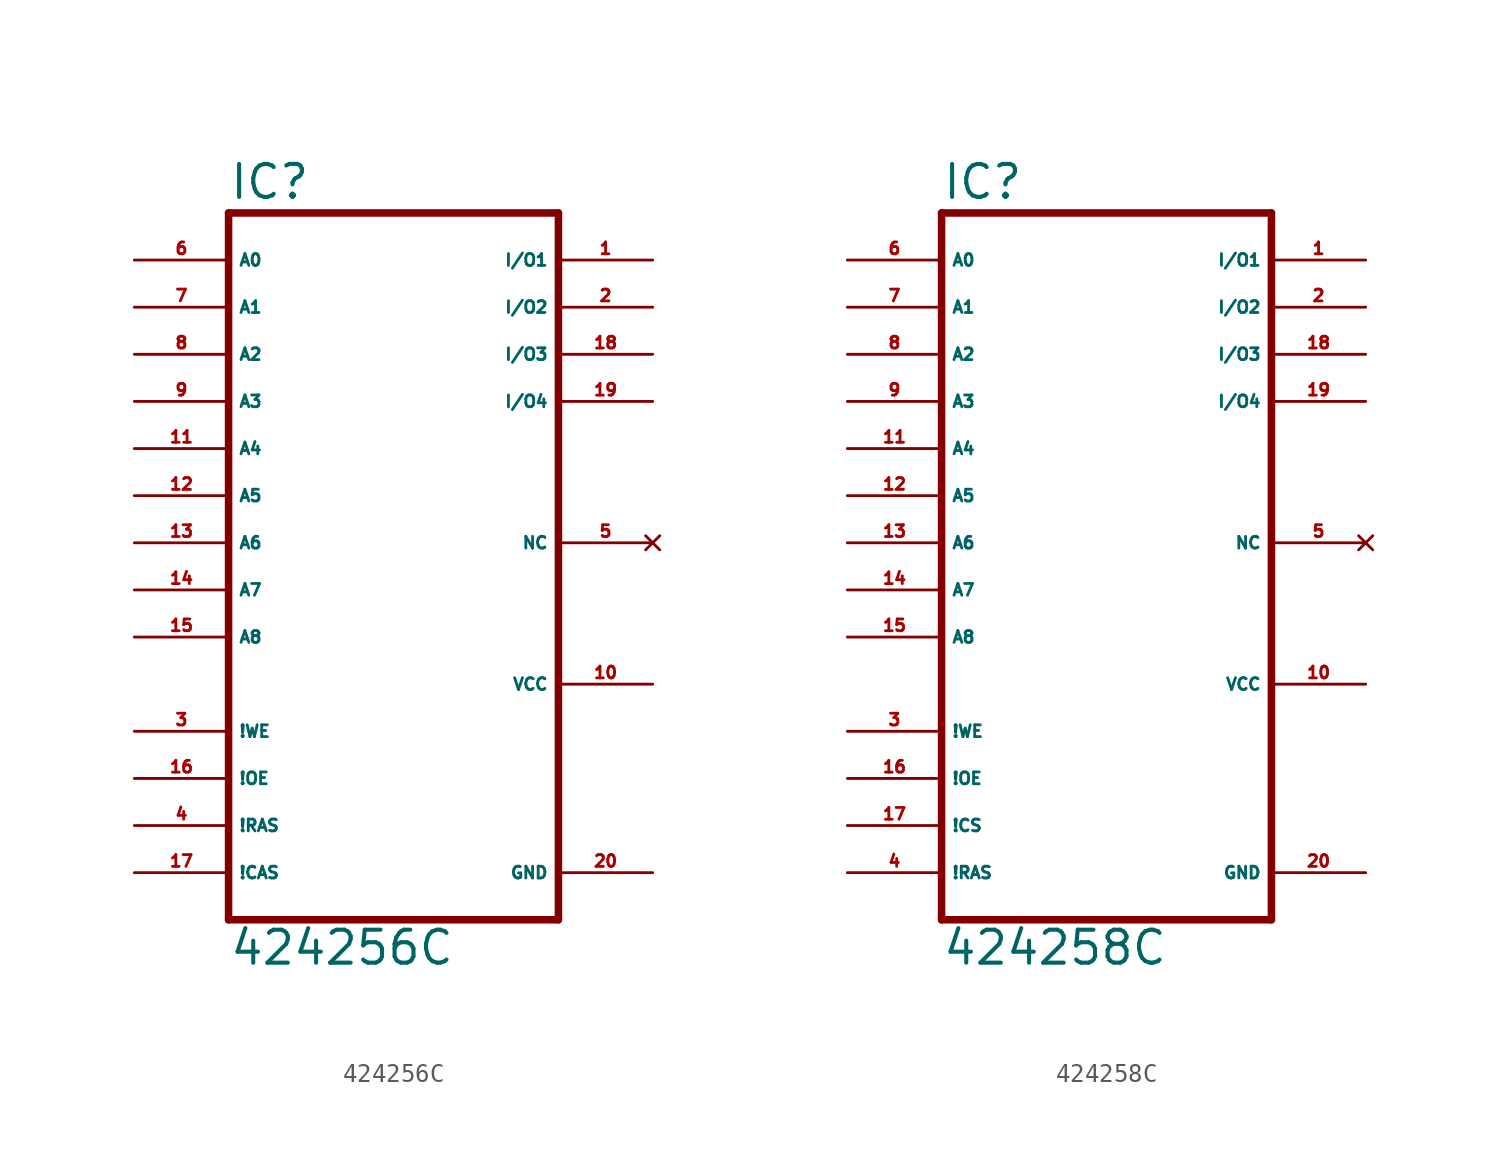
<source format=kicad_sym>
(kicad_symbol_lib
  (version 20220914)
  (generator Eagle2Kicad)
  (symbol "424256C"
    (property "Reference" "IC"
      (at -7.62 15.875 0)
      (effects (font (size 1.778 1.778) (thickness 0.22)) (justify left bottom)))
    (property "Value" "424256C"
      (at -7.62 -25.4 0)
      (effects (font (size 1.778 1.778) (thickness 0.22)) (justify left bottom)))
    (polyline
      (pts (xy -7.62 -22.86) (xy 10.16 -22.86))
      (stroke (width 0.406) (type default))
      (fill (type none)))
    (polyline
      (pts (xy 10.16 15.24) (xy 10.16 -22.86))
      (stroke (width 0.406) (type default))
      (fill (type none)))
    (polyline
      (pts (xy 10.16 15.24) (xy -7.62 15.24))
      (stroke (width 0.406) (type default))
      (fill (type none)))
    (polyline
      (pts (xy -7.62 -22.86) (xy -7.62 15.24))
      (stroke (width 0.406) (type default))
      (fill (type none)))
    (pin input line
      (at -12.7 12.7 0)
      (length 5.08)
      (name "A0" (effects (font (size 0.635 0.635) (thickness 0.08)) (justify left bottom)))
      (number "6" (effects (font (size 0.635 0.635) (thickness 0.08)) (justify left bottom))))
    (pin input line
      (at -12.7 10.16 0)
      (length 5.08)
      (name "A1" (effects (font (size 0.635 0.635) (thickness 0.08)) (justify left bottom)))
      (number "7" (effects (font (size 0.635 0.635) (thickness 0.08)) (justify left bottom))))
    (pin input line
      (at -12.7 7.62 0)
      (length 5.08)
      (name "A2" (effects (font (size 0.635 0.635) (thickness 0.08)) (justify left bottom)))
      (number "8" (effects (font (size 0.635 0.635) (thickness 0.08)) (justify left bottom))))
    (pin input line
      (at -12.7 5.08 0)
      (length 5.08)
      (name "A3" (effects (font (size 0.635 0.635) (thickness 0.08)) (justify left bottom)))
      (number "9" (effects (font (size 0.635 0.635) (thickness 0.08)) (justify left bottom))))
    (pin input line
      (at -12.7 2.54 0)
      (length 5.08)
      (name "A4" (effects (font (size 0.635 0.635) (thickness 0.08)) (justify left bottom)))
      (number "11" (effects (font (size 0.635 0.635) (thickness 0.08)) (justify left bottom))))
    (pin input line
      (at -12.7 0 0)
      (length 5.08)
      (name "A5" (effects (font (size 0.635 0.635) (thickness 0.08)) (justify left bottom)))
      (number "12" (effects (font (size 0.635 0.635) (thickness 0.08)) (justify left bottom))))
    (pin input line
      (at -12.7 -2.54 0)
      (length 5.08)
      (name "A6" (effects (font (size 0.635 0.635) (thickness 0.08)) (justify left bottom)))
      (number "13" (effects (font (size 0.635 0.635) (thickness 0.08)) (justify left bottom))))
    (pin input line
      (at -12.7 -5.08 0)
      (length 5.08)
      (name "A7" (effects (font (size 0.635 0.635) (thickness 0.08)) (justify left bottom)))
      (number "14" (effects (font (size 0.635 0.635) (thickness 0.08)) (justify left bottom))))
    (pin input line
      (at -12.7 -7.62 0)
      (length 5.08)
      (name "A8" (effects (font (size 0.635 0.635) (thickness 0.08)) (justify left bottom)))
      (number "15" (effects (font (size 0.635 0.635) (thickness 0.08)) (justify left bottom))))
    (pin input line
      (at -12.7 -12.7 0)
      (length 5.08)
      (name "!WE" (effects (font (size 0.635 0.635) (thickness 0.08)) (justify left bottom)))
      (number "3" (effects (font (size 0.635 0.635) (thickness 0.08)) (justify left bottom))))
    (pin no_connect line
      (at 15.24 -2.54 180)
      (length 5.08)
      (name "NC" (effects (font (size 0.635 0.635) (thickness 0.08)) (justify left bottom) hide))
      (number "5" (effects (font (size 0.635 0.635) (thickness 0.08)) (justify left bottom) hide)))
    (pin input line
      (at -12.7 -17.78 0)
      (length 5.08)
      (name "!RAS" (effects (font (size 0.635 0.635) (thickness 0.08)) (justify left bottom)))
      (number "4" (effects (font (size 0.635 0.635) (thickness 0.08)) (justify left bottom))))
    (pin bidirectional line
      (at 15.24 5.08 180)
      (length 5.08)
      (name "I/O4" (effects (font (size 0.635 0.635) (thickness 0.08)) (justify left bottom)))
      (number "19" (effects (font (size 0.635 0.635) (thickness 0.08)) (justify left bottom))))
    (pin bidirectional line
      (at 15.24 7.62 180)
      (length 5.08)
      (name "I/O3" (effects (font (size 0.635 0.635) (thickness 0.08)) (justify left bottom)))
      (number "18" (effects (font (size 0.635 0.635) (thickness 0.08)) (justify left bottom))))
    (pin bidirectional line
      (at 15.24 10.16 180)
      (length 5.08)
      (name "I/O2" (effects (font (size 0.635 0.635) (thickness 0.08)) (justify left bottom)))
      (number "2" (effects (font (size 0.635 0.635) (thickness 0.08)) (justify left bottom))))
    (pin bidirectional line
      (at 15.24 12.7 180)
      (length 5.08)
      (name "I/O1" (effects (font (size 0.635 0.635) (thickness 0.08)) (justify left bottom)))
      (number "1" (effects (font (size 0.635 0.635) (thickness 0.08)) (justify left bottom))))
    (pin input line
      (at -12.7 -15.24 0)
      (length 5.08)
      (name "!OE" (effects (font (size 0.635 0.635) (thickness 0.08)) (justify left bottom)))
      (number "16" (effects (font (size 0.635 0.635) (thickness 0.08)) (justify left bottom))))
    (pin input line
      (at -12.7 -20.32 0)
      (length 5.08)
      (name "!CAS" (effects (font (size 0.635 0.635) (thickness 0.08)) (justify left bottom)))
      (number "17" (effects (font (size 0.635 0.635) (thickness 0.08)) (justify left bottom))))
    (pin unspecified line
      (at 15.24 -20.32 180)
      (length 5.08)
      (name "GND" (effects (font (size 0.635 0.635) (thickness 0.08)) (justify left bottom)))
      (number "20" (effects (font (size 0.635 0.635) (thickness 0.08)) (justify left bottom))))
    (pin unspecified line
      (at 15.24 -10.16 180)
      (length 5.08)
      (name "VCC" (effects (font (size 0.635 0.635) (thickness 0.08)) (justify left bottom)))
      (number "10" (effects (font (size 0.635 0.635) (thickness 0.08)) (justify left bottom)))))
  (symbol "424258C"
    (property "Reference" "IC"
      (at -7.62 13.335 0)
      (effects (font (size 1.778 1.778) (thickness 0.22)) (justify left bottom)))
    (property "Value" "424258C"
      (at -7.62 -27.94 0)
      (effects (font (size 1.778 1.778) (thickness 0.22)) (justify left bottom)))
    (polyline
      (pts (xy -7.62 -25.4) (xy 10.16 -25.4))
      (stroke (width 0.406) (type default))
      (fill (type none)))
    (polyline
      (pts (xy 10.16 12.7) (xy 10.16 -25.4))
      (stroke (width 0.406) (type default))
      (fill (type none)))
    (polyline
      (pts (xy 10.16 12.7) (xy -7.62 12.7))
      (stroke (width 0.406) (type default))
      (fill (type none)))
    (polyline
      (pts (xy -7.62 -25.4) (xy -7.62 12.7))
      (stroke (width 0.406) (type default))
      (fill (type none)))
    (pin input line
      (at -12.7 10.16 0)
      (length 5.08)
      (name "A0" (effects (font (size 0.635 0.635) (thickness 0.08)) (justify left bottom)))
      (number "6" (effects (font (size 0.635 0.635) (thickness 0.08)) (justify left bottom))))
    (pin input line
      (at -12.7 7.62 0)
      (length 5.08)
      (name "A1" (effects (font (size 0.635 0.635) (thickness 0.08)) (justify left bottom)))
      (number "7" (effects (font (size 0.635 0.635) (thickness 0.08)) (justify left bottom))))
    (pin input line
      (at -12.7 5.08 0)
      (length 5.08)
      (name "A2" (effects (font (size 0.635 0.635) (thickness 0.08)) (justify left bottom)))
      (number "8" (effects (font (size 0.635 0.635) (thickness 0.08)) (justify left bottom))))
    (pin input line
      (at -12.7 2.54 0)
      (length 5.08)
      (name "A3" (effects (font (size 0.635 0.635) (thickness 0.08)) (justify left bottom)))
      (number "9" (effects (font (size 0.635 0.635) (thickness 0.08)) (justify left bottom))))
    (pin input line
      (at -12.7 0 0)
      (length 5.08)
      (name "A4" (effects (font (size 0.635 0.635) (thickness 0.08)) (justify left bottom)))
      (number "11" (effects (font (size 0.635 0.635) (thickness 0.08)) (justify left bottom))))
    (pin input line
      (at -12.7 -2.54 0)
      (length 5.08)
      (name "A5" (effects (font (size 0.635 0.635) (thickness 0.08)) (justify left bottom)))
      (number "12" (effects (font (size 0.635 0.635) (thickness 0.08)) (justify left bottom))))
    (pin input line
      (at -12.7 -5.08 0)
      (length 5.08)
      (name "A6" (effects (font (size 0.635 0.635) (thickness 0.08)) (justify left bottom)))
      (number "13" (effects (font (size 0.635 0.635) (thickness 0.08)) (justify left bottom))))
    (pin input line
      (at -12.7 -7.62 0)
      (length 5.08)
      (name "A7" (effects (font (size 0.635 0.635) (thickness 0.08)) (justify left bottom)))
      (number "14" (effects (font (size 0.635 0.635) (thickness 0.08)) (justify left bottom))))
    (pin input line
      (at -12.7 -10.16 0)
      (length 5.08)
      (name "A8" (effects (font (size 0.635 0.635) (thickness 0.08)) (justify left bottom)))
      (number "15" (effects (font (size 0.635 0.635) (thickness 0.08)) (justify left bottom))))
    (pin input line
      (at -12.7 -15.24 0)
      (length 5.08)
      (name "!WE" (effects (font (size 0.635 0.635) (thickness 0.08)) (justify left bottom)))
      (number "3" (effects (font (size 0.635 0.635) (thickness 0.08)) (justify left bottom))))
    (pin no_connect line
      (at 15.24 -5.08 180)
      (length 5.08)
      (name "NC" (effects (font (size 0.635 0.635) (thickness 0.08)) (justify left bottom) hide))
      (number "5" (effects (font (size 0.635 0.635) (thickness 0.08)) (justify left bottom) hide)))
    (pin input line
      (at -12.7 -22.86 0)
      (length 5.08)
      (name "!RAS" (effects (font (size 0.635 0.635) (thickness 0.08)) (justify left bottom)))
      (number "4" (effects (font (size 0.635 0.635) (thickness 0.08)) (justify left bottom))))
    (pin bidirectional line
      (at 15.24 2.54 180)
      (length 5.08)
      (name "I/O4" (effects (font (size 0.635 0.635) (thickness 0.08)) (justify left bottom)))
      (number "19" (effects (font (size 0.635 0.635) (thickness 0.08)) (justify left bottom))))
    (pin bidirectional line
      (at 15.24 5.08 180)
      (length 5.08)
      (name "I/O3" (effects (font (size 0.635 0.635) (thickness 0.08)) (justify left bottom)))
      (number "18" (effects (font (size 0.635 0.635) (thickness 0.08)) (justify left bottom))))
    (pin bidirectional line
      (at 15.24 7.62 180)
      (length 5.08)
      (name "I/O2" (effects (font (size 0.635 0.635) (thickness 0.08)) (justify left bottom)))
      (number "2" (effects (font (size 0.635 0.635) (thickness 0.08)) (justify left bottom))))
    (pin bidirectional line
      (at 15.24 10.16 180)
      (length 5.08)
      (name "I/O1" (effects (font (size 0.635 0.635) (thickness 0.08)) (justify left bottom)))
      (number "1" (effects (font (size 0.635 0.635) (thickness 0.08)) (justify left bottom))))
    (pin input line
      (at -12.7 -17.78 0)
      (length 5.08)
      (name "!OE" (effects (font (size 0.635 0.635) (thickness 0.08)) (justify left bottom)))
      (number "16" (effects (font (size 0.635 0.635) (thickness 0.08)) (justify left bottom))))
    (pin input line
      (at -12.7 -20.32 0)
      (length 5.08)
      (name "!CS" (effects (font (size 0.635 0.635) (thickness 0.08)) (justify left bottom)))
      (number "17" (effects (font (size 0.635 0.635) (thickness 0.08)) (justify left bottom))))
    (pin unspecified line
      (at 15.24 -22.86 180)
      (length 5.08)
      (name "GND" (effects (font (size 0.635 0.635) (thickness 0.08)) (justify left bottom)))
      (number "20" (effects (font (size 0.635 0.635) (thickness 0.08)) (justify left bottom))))
    (pin unspecified line
      (at 15.24 -12.7 180)
      (length 5.08)
      (name "VCC" (effects (font (size 0.635 0.635) (thickness 0.08)) (justify left bottom)))
      (number "10" (effects (font (size 0.635 0.635) (thickness 0.08)) (justify left bottom))))))
</source>
